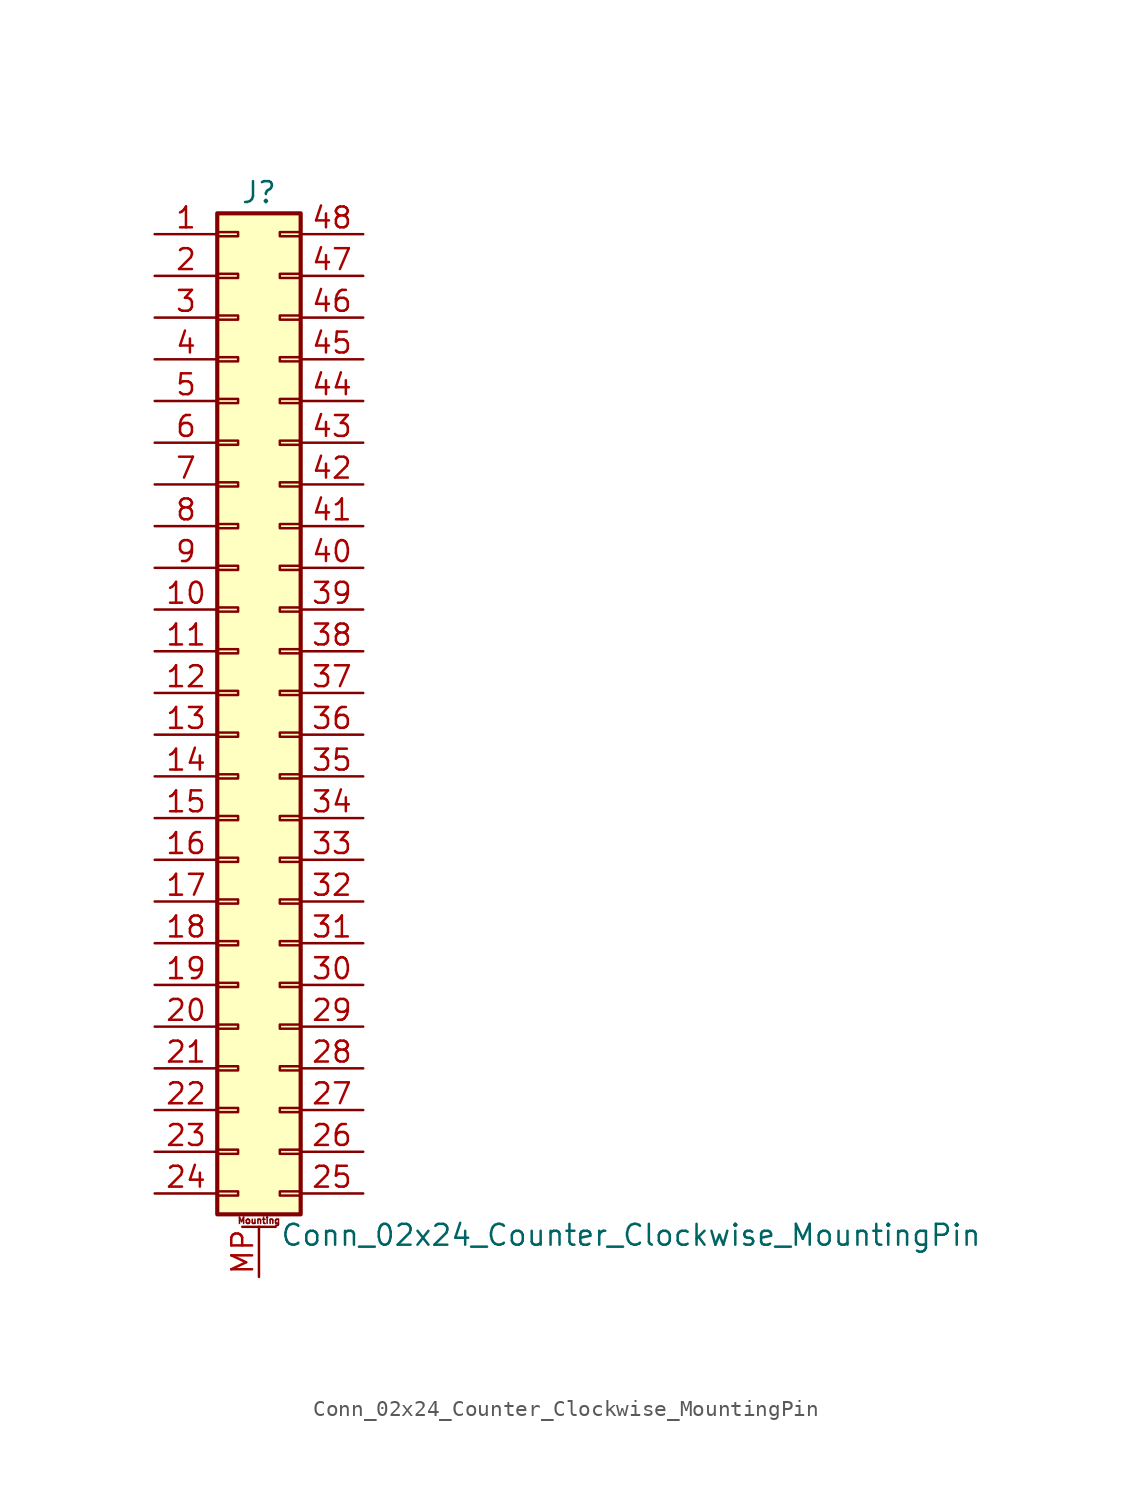
<source format=kicad_sym>
(kicad_symbol_lib
  (version 20201005)
  (generator kicad_symbol_editor)
  (symbol "Connector_Generic_MountingPin:Conn_02x24_Counter_Clockwise_MountingPin"
    (pin_names
      (offset 1.016) hide)
    (property "Reference" "J"
      (at 1.27 30.48 0)
      (effects (font (size 1.27 1.27))))
    (property "Value" "Conn_02x24_Counter_Clockwise_MountingPin"
      (at 2.54 -33.02 0)
      (effects (font (size 1.27 1.27)) (justify left)))
    (symbol "Conn_02x24_Counter_Clockwise_MountingPin_1_1"
      (text "Mounting" (at 1.27 -32.131 0) (effects (font (size 0.381 0.381))))
      (rectangle (start -1.27 -27.813) (end 0 -28.067) (stroke (width 0.152)) (fill (type none)))
      (rectangle (start -1.27 -30.353) (end 0 -30.607) (stroke (width 0.152)) (fill (type none)))
      (rectangle (start -1.27 -4.953) (end 0 -5.207) (stroke (width 0.152)) (fill (type none)))
      (rectangle (start -1.27 -7.493) (end 0 -7.747) (stroke (width 0.152)) (fill (type none)))
      (rectangle (start -1.27 -10.033) (end 0 -10.287) (stroke (width 0.152)) (fill (type none)))
      (rectangle (start -1.27 -12.573) (end 0 -12.827) (stroke (width 0.152)) (fill (type none)))
      (rectangle (start -1.27 -15.113) (end 0 -15.367) (stroke (width 0.152)) (fill (type none)))
      (rectangle (start -1.27 -17.653) (end 0 -17.907) (stroke (width 0.152)) (fill (type none)))
      (rectangle (start -1.27 -20.193) (end 0 -20.447) (stroke (width 0.152)) (fill (type none)))
      (rectangle (start -1.27 -22.733) (end 0 -22.987) (stroke (width 0.152)) (fill (type none)))
      (rectangle (start -1.27 -2.413) (end 0 -2.667) (stroke (width 0.152)) (fill (type none)))
      (rectangle (start -1.27 -25.273) (end 0 -25.527) (stroke (width 0.152)) (fill (type none)))
      (rectangle (start -1.27 25.527) (end 0 25.273) (stroke (width 0.152)) (fill (type none)))
      (rectangle (start -1.27 2.667) (end 0 2.413) (stroke (width 0.152)) (fill (type none)))
      (rectangle (start -1.27 28.067) (end 0 27.813) (stroke (width 0.152)) (fill (type none)))
      (rectangle (start -1.27 29.21) (end 3.81 -31.75) (stroke (width 0.254)) (fill (type background)))
      (rectangle (start -1.27 5.207) (end 0 4.953) (stroke (width 0.152)) (fill (type none)))
      (rectangle (start -1.27 7.747) (end 0 7.493) (stroke (width 0.152)) (fill (type none)))
      (rectangle (start -1.27 10.287) (end 0 10.033) (stroke (width 0.152)) (fill (type none)))
      (rectangle (start -1.27 0.127) (end 0 -0.127) (stroke (width 0.152)) (fill (type none)))
      (rectangle (start -1.27 12.827) (end 0 12.573) (stroke (width 0.152)) (fill (type none)))
      (rectangle (start -1.27 15.367) (end 0 15.113) (stroke (width 0.152)) (fill (type none)))
      (rectangle (start -1.27 17.907) (end 0 17.653) (stroke (width 0.152)) (fill (type none)))
      (rectangle (start -1.27 20.447) (end 0 20.193) (stroke (width 0.152)) (fill (type none)))
      (rectangle (start -1.27 22.987) (end 0 22.733) (stroke (width 0.152)) (fill (type none)))
      (rectangle (start 3.81 -27.813) (end 2.54 -28.067) (stroke (width 0.152)) (fill (type none)))
      (rectangle (start 3.81 -30.353) (end 2.54 -30.607) (stroke (width 0.152)) (fill (type none)))
      (rectangle (start 3.81 -4.953) (end 2.54 -5.207) (stroke (width 0.152)) (fill (type none)))
      (rectangle (start 3.81 -7.493) (end 2.54 -7.747) (stroke (width 0.152)) (fill (type none)))
      (rectangle (start 3.81 -10.033) (end 2.54 -10.287) (stroke (width 0.152)) (fill (type none)))
      (rectangle (start 3.81 -12.573) (end 2.54 -12.827) (stroke (width 0.152)) (fill (type none)))
      (rectangle (start 3.81 -15.113) (end 2.54 -15.367) (stroke (width 0.152)) (fill (type none)))
      (rectangle (start 3.81 -17.653) (end 2.54 -17.907) (stroke (width 0.152)) (fill (type none)))
      (rectangle (start 3.81 -20.193) (end 2.54 -20.447) (stroke (width 0.152)) (fill (type none)))
      (rectangle (start 3.81 -22.733) (end 2.54 -22.987) (stroke (width 0.152)) (fill (type none)))
      (rectangle (start 3.81 -2.413) (end 2.54 -2.667) (stroke (width 0.152)) (fill (type none)))
      (rectangle (start 3.81 -25.273) (end 2.54 -25.527) (stroke (width 0.152)) (fill (type none)))
      (rectangle (start 3.81 25.527) (end 2.54 25.273) (stroke (width 0.152)) (fill (type none)))
      (rectangle (start 3.81 2.667) (end 2.54 2.413) (stroke (width 0.152)) (fill (type none)))
      (rectangle (start 3.81 28.067) (end 2.54 27.813) (stroke (width 0.152)) (fill (type none)))
      (rectangle (start 3.81 5.207) (end 2.54 4.953) (stroke (width 0.152)) (fill (type none)))
      (rectangle (start 3.81 7.747) (end 2.54 7.493) (stroke (width 0.152)) (fill (type none)))
      (rectangle (start 3.81 10.287) (end 2.54 10.033) (stroke (width 0.152)) (fill (type none)))
      (rectangle (start 3.81 0.127) (end 2.54 -0.127) (stroke (width 0.152)) (fill (type none)))
      (rectangle (start 3.81 12.827) (end 2.54 12.573) (stroke (width 0.152)) (fill (type none)))
      (rectangle (start 3.81 15.367) (end 2.54 15.113) (stroke (width 0.152)) (fill (type none)))
      (rectangle (start 3.81 17.907) (end 2.54 17.653) (stroke (width 0.152)) (fill (type none)))
      (rectangle (start 3.81 20.447) (end 2.54 20.193) (stroke (width 0.152)) (fill (type none)))
      (rectangle (start 3.81 22.987) (end 2.54 22.733) (stroke (width 0.152)) (fill (type none)))
      (polyline (pts (xy 0.254 -32.512) (xy 2.286 -32.512)) (stroke (width 0.152)) (fill (type none)))
      (pin passive line (at 1.27 -35.56 90) (length 3.048) (name "MountPin" (effects (font (size 1.27 1.27)))) (number "MP" (effects (font (size 1.27 1.27)))))
      (pin passive line (at -5.08 27.94 0) (length 3.81) (name "Pin_1" (effects (font (size 1.27 1.27)))) (number "1" (effects (font (size 1.27 1.27)))))
      (pin passive line (at -5.08 5.08 0) (length 3.81) (name "Pin_10" (effects (font (size 1.27 1.27)))) (number "10" (effects (font (size 1.27 1.27)))))
      (pin passive line (at -5.08 2.54 0) (length 3.81) (name "Pin_11" (effects (font (size 1.27 1.27)))) (number "11" (effects (font (size 1.27 1.27)))))
      (pin passive line (at -5.08 0 0) (length 3.81) (name "Pin_12" (effects (font (size 1.27 1.27)))) (number "12" (effects (font (size 1.27 1.27)))))
      (pin passive line (at -5.08 -2.54 0) (length 3.81) (name "Pin_13" (effects (font (size 1.27 1.27)))) (number "13" (effects (font (size 1.27 1.27)))))
      (pin passive line (at -5.08 -5.08 0) (length 3.81) (name "Pin_14" (effects (font (size 1.27 1.27)))) (number "14" (effects (font (size 1.27 1.27)))))
      (pin passive line (at -5.08 -7.62 0) (length 3.81) (name "Pin_15" (effects (font (size 1.27 1.27)))) (number "15" (effects (font (size 1.27 1.27)))))
      (pin passive line (at -5.08 -10.16 0) (length 3.81) (name "Pin_16" (effects (font (size 1.27 1.27)))) (number "16" (effects (font (size 1.27 1.27)))))
      (pin passive line (at -5.08 -12.7 0) (length 3.81) (name "Pin_17" (effects (font (size 1.27 1.27)))) (number "17" (effects (font (size 1.27 1.27)))))
      (pin passive line (at -5.08 -15.24 0) (length 3.81) (name "Pin_18" (effects (font (size 1.27 1.27)))) (number "18" (effects (font (size 1.27 1.27)))))
      (pin passive line (at -5.08 -17.78 0) (length 3.81) (name "Pin_19" (effects (font (size 1.27 1.27)))) (number "19" (effects (font (size 1.27 1.27)))))
      (pin passive line (at -5.08 25.4 0) (length 3.81) (name "Pin_2" (effects (font (size 1.27 1.27)))) (number "2" (effects (font (size 1.27 1.27)))))
      (pin passive line (at -5.08 -20.32 0) (length 3.81) (name "Pin_20" (effects (font (size 1.27 1.27)))) (number "20" (effects (font (size 1.27 1.27)))))
      (pin passive line (at -5.08 -22.86 0) (length 3.81) (name "Pin_21" (effects (font (size 1.27 1.27)))) (number "21" (effects (font (size 1.27 1.27)))))
      (pin passive line (at -5.08 -25.4 0) (length 3.81) (name "Pin_22" (effects (font (size 1.27 1.27)))) (number "22" (effects (font (size 1.27 1.27)))))
      (pin passive line (at -5.08 -27.94 0) (length 3.81) (name "Pin_23" (effects (font (size 1.27 1.27)))) (number "23" (effects (font (size 1.27 1.27)))))
      (pin passive line (at -5.08 -30.48 0) (length 3.81) (name "Pin_24" (effects (font (size 1.27 1.27)))) (number "24" (effects (font (size 1.27 1.27)))))
      (pin passive line (at 7.62 -30.48 180) (length 3.81) (name "Pin_25" (effects (font (size 1.27 1.27)))) (number "25" (effects (font (size 1.27 1.27)))))
      (pin passive line (at 7.62 -27.94 180) (length 3.81) (name "Pin_26" (effects (font (size 1.27 1.27)))) (number "26" (effects (font (size 1.27 1.27)))))
      (pin passive line (at 7.62 -25.4 180) (length 3.81) (name "Pin_27" (effects (font (size 1.27 1.27)))) (number "27" (effects (font (size 1.27 1.27)))))
      (pin passive line (at 7.62 -22.86 180) (length 3.81) (name "Pin_28" (effects (font (size 1.27 1.27)))) (number "28" (effects (font (size 1.27 1.27)))))
      (pin passive line (at 7.62 -20.32 180) (length 3.81) (name "Pin_29" (effects (font (size 1.27 1.27)))) (number "29" (effects (font (size 1.27 1.27)))))
      (pin passive line (at -5.08 22.86 0) (length 3.81) (name "Pin_3" (effects (font (size 1.27 1.27)))) (number "3" (effects (font (size 1.27 1.27)))))
      (pin passive line (at 7.62 -17.78 180) (length 3.81) (name "Pin_30" (effects (font (size 1.27 1.27)))) (number "30" (effects (font (size 1.27 1.27)))))
      (pin passive line (at 7.62 -15.24 180) (length 3.81) (name "Pin_31" (effects (font (size 1.27 1.27)))) (number "31" (effects (font (size 1.27 1.27)))))
      (pin passive line (at 7.62 -12.7 180) (length 3.81) (name "Pin_32" (effects (font (size 1.27 1.27)))) (number "32" (effects (font (size 1.27 1.27)))))
      (pin passive line (at 7.62 -10.16 180) (length 3.81) (name "Pin_33" (effects (font (size 1.27 1.27)))) (number "33" (effects (font (size 1.27 1.27)))))
      (pin passive line (at 7.62 -7.62 180) (length 3.81) (name "Pin_34" (effects (font (size 1.27 1.27)))) (number "34" (effects (font (size 1.27 1.27)))))
      (pin passive line (at 7.62 -5.08 180) (length 3.81) (name "Pin_35" (effects (font (size 1.27 1.27)))) (number "35" (effects (font (size 1.27 1.27)))))
      (pin passive line (at 7.62 -2.54 180) (length 3.81) (name "Pin_36" (effects (font (size 1.27 1.27)))) (number "36" (effects (font (size 1.27 1.27)))))
      (pin passive line (at 7.62 0 180) (length 3.81) (name "Pin_37" (effects (font (size 1.27 1.27)))) (number "37" (effects (font (size 1.27 1.27)))))
      (pin passive line (at 7.62 2.54 180) (length 3.81) (name "Pin_38" (effects (font (size 1.27 1.27)))) (number "38" (effects (font (size 1.27 1.27)))))
      (pin passive line (at 7.62 5.08 180) (length 3.81) (name "Pin_39" (effects (font (size 1.27 1.27)))) (number "39" (effects (font (size 1.27 1.27)))))
      (pin passive line (at -5.08 20.32 0) (length 3.81) (name "Pin_4" (effects (font (size 1.27 1.27)))) (number "4" (effects (font (size 1.27 1.27)))))
      (pin passive line (at 7.62 7.62 180) (length 3.81) (name "Pin_40" (effects (font (size 1.27 1.27)))) (number "40" (effects (font (size 1.27 1.27)))))
      (pin passive line (at 7.62 10.16 180) (length 3.81) (name "Pin_41" (effects (font (size 1.27 1.27)))) (number "41" (effects (font (size 1.27 1.27)))))
      (pin passive line (at 7.62 12.7 180) (length 3.81) (name "Pin_42" (effects (font (size 1.27 1.27)))) (number "42" (effects (font (size 1.27 1.27)))))
      (pin passive line (at 7.62 15.24 180) (length 3.81) (name "Pin_43" (effects (font (size 1.27 1.27)))) (number "43" (effects (font (size 1.27 1.27)))))
      (pin passive line (at 7.62 17.78 180) (length 3.81) (name "Pin_44" (effects (font (size 1.27 1.27)))) (number "44" (effects (font (size 1.27 1.27)))))
      (pin passive line (at 7.62 20.32 180) (length 3.81) (name "Pin_45" (effects (font (size 1.27 1.27)))) (number "45" (effects (font (size 1.27 1.27)))))
      (pin passive line (at 7.62 22.86 180) (length 3.81) (name "Pin_46" (effects (font (size 1.27 1.27)))) (number "46" (effects (font (size 1.27 1.27)))))
      (pin passive line (at 7.62 25.4 180) (length 3.81) (name "Pin_47" (effects (font (size 1.27 1.27)))) (number "47" (effects (font (size 1.27 1.27)))))
      (pin passive line (at 7.62 27.94 180) (length 3.81) (name "Pin_48" (effects (font (size 1.27 1.27)))) (number "48" (effects (font (size 1.27 1.27)))))
      (pin passive line (at -5.08 17.78 0) (length 3.81) (name "Pin_5" (effects (font (size 1.27 1.27)))) (number "5" (effects (font (size 1.27 1.27)))))
      (pin passive line (at -5.08 15.24 0) (length 3.81) (name "Pin_6" (effects (font (size 1.27 1.27)))) (number "6" (effects (font (size 1.27 1.27)))))
      (pin passive line (at -5.08 12.7 0) (length 3.81) (name "Pin_7" (effects (font (size 1.27 1.27)))) (number "7" (effects (font (size 1.27 1.27)))))
      (pin passive line (at -5.08 10.16 0) (length 3.81) (name "Pin_8" (effects (font (size 1.27 1.27)))) (number "8" (effects (font (size 1.27 1.27)))))
      (pin passive line (at -5.08 7.62 0) (length 3.81) (name "Pin_9" (effects (font (size 1.27 1.27)))) (number "9" (effects (font (size 1.27 1.27))))))))
</source>
